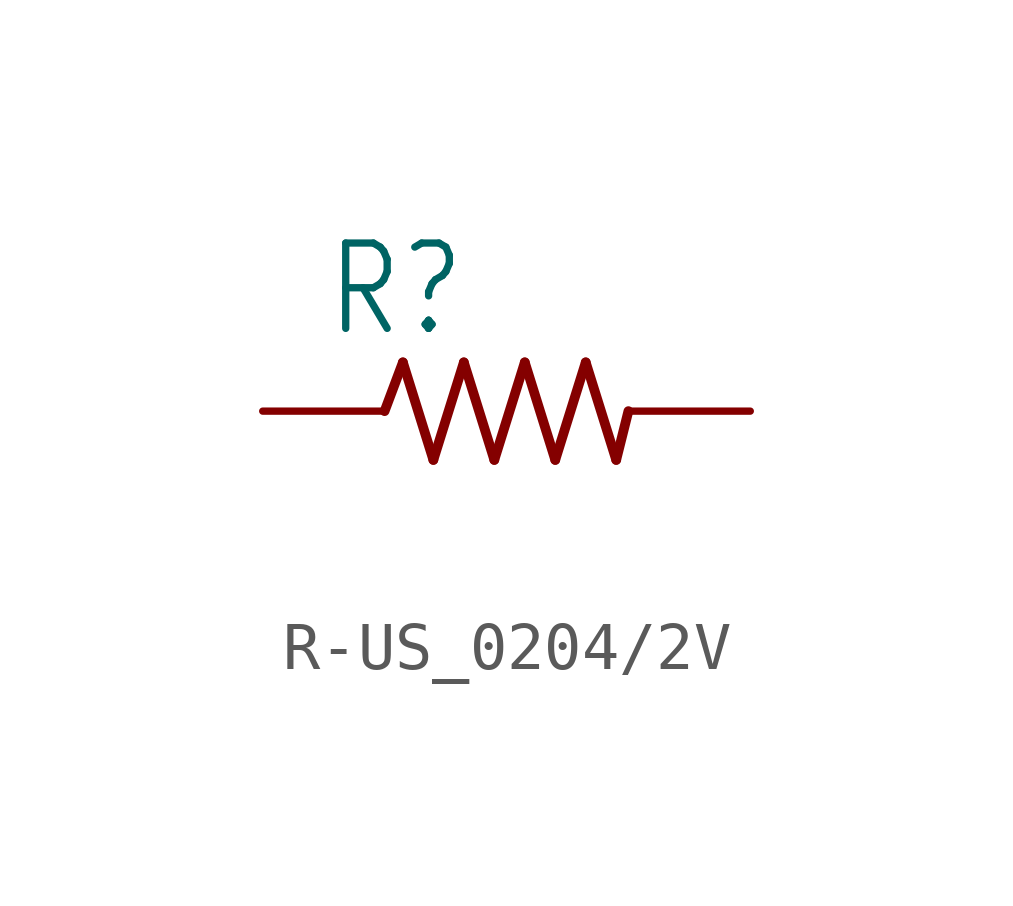
<source format=kicad_sym>
(kicad_symbol_lib
  (version 20220914)
  (generator kicad_symbol_editor)
  (symbol "R-US_0204/2V"
    (property "Reference" "R"
      (at -3.81 1.499 0)
      (effects (font (size 1.778 1.511)) (justify left bottom)))
    (property "Value" ""
      (at -3.81 -3.302 0)
      (effects (font (size 1.778 1.511)) (justify left bottom)))
    (property "ki_locked" ""
      (at 0 0 0)
      (effects (font (size 1.27 1.27))))
    (symbol "R-US_0204/2V_1_0"
      (polyline (pts (xy -2.54 0) (xy -2.159 1.016)) (stroke (width 0.203) (type solid)) (fill (type none)))
      (polyline (pts (xy -2.159 1.016) (xy -1.524 -1.016)) (stroke (width 0.203) (type solid)) (fill (type none)))
      (polyline (pts (xy -1.524 -1.016) (xy -0.889 1.016)) (stroke (width 0.203) (type solid)) (fill (type none)))
      (polyline (pts (xy -0.889 1.016) (xy -0.254 -1.016)) (stroke (width 0.203) (type solid)) (fill (type none)))
      (polyline (pts (xy -0.254 -1.016) (xy 0.381 1.016)) (stroke (width 0.203) (type solid)) (fill (type none)))
      (polyline (pts (xy 0.381 1.016) (xy 1.016 -1.016)) (stroke (width 0.203) (type solid)) (fill (type none)))
      (polyline (pts (xy 1.016 -1.016) (xy 1.651 1.016)) (stroke (width 0.203) (type solid)) (fill (type none)))
      (polyline (pts (xy 1.651 1.016) (xy 2.286 -1.016)) (stroke (width 0.203) (type solid)) (fill (type none)))
      (polyline (pts (xy 2.286 -1.016) (xy 2.54 0)) (stroke (width 0.203) (type solid)) (fill (type none)))
      (pin passive line (at -5.08 0 0) (length 2.54) (name "1" (effects (font (size 0 0)))) (number "1" (effects (font (size 0 0)))))
      (pin passive line (at 5.08 0 180) (length 2.54) (name "2" (effects (font (size 0 0)))) (number "2" (effects (font (size 0 0))))))))
</source>
